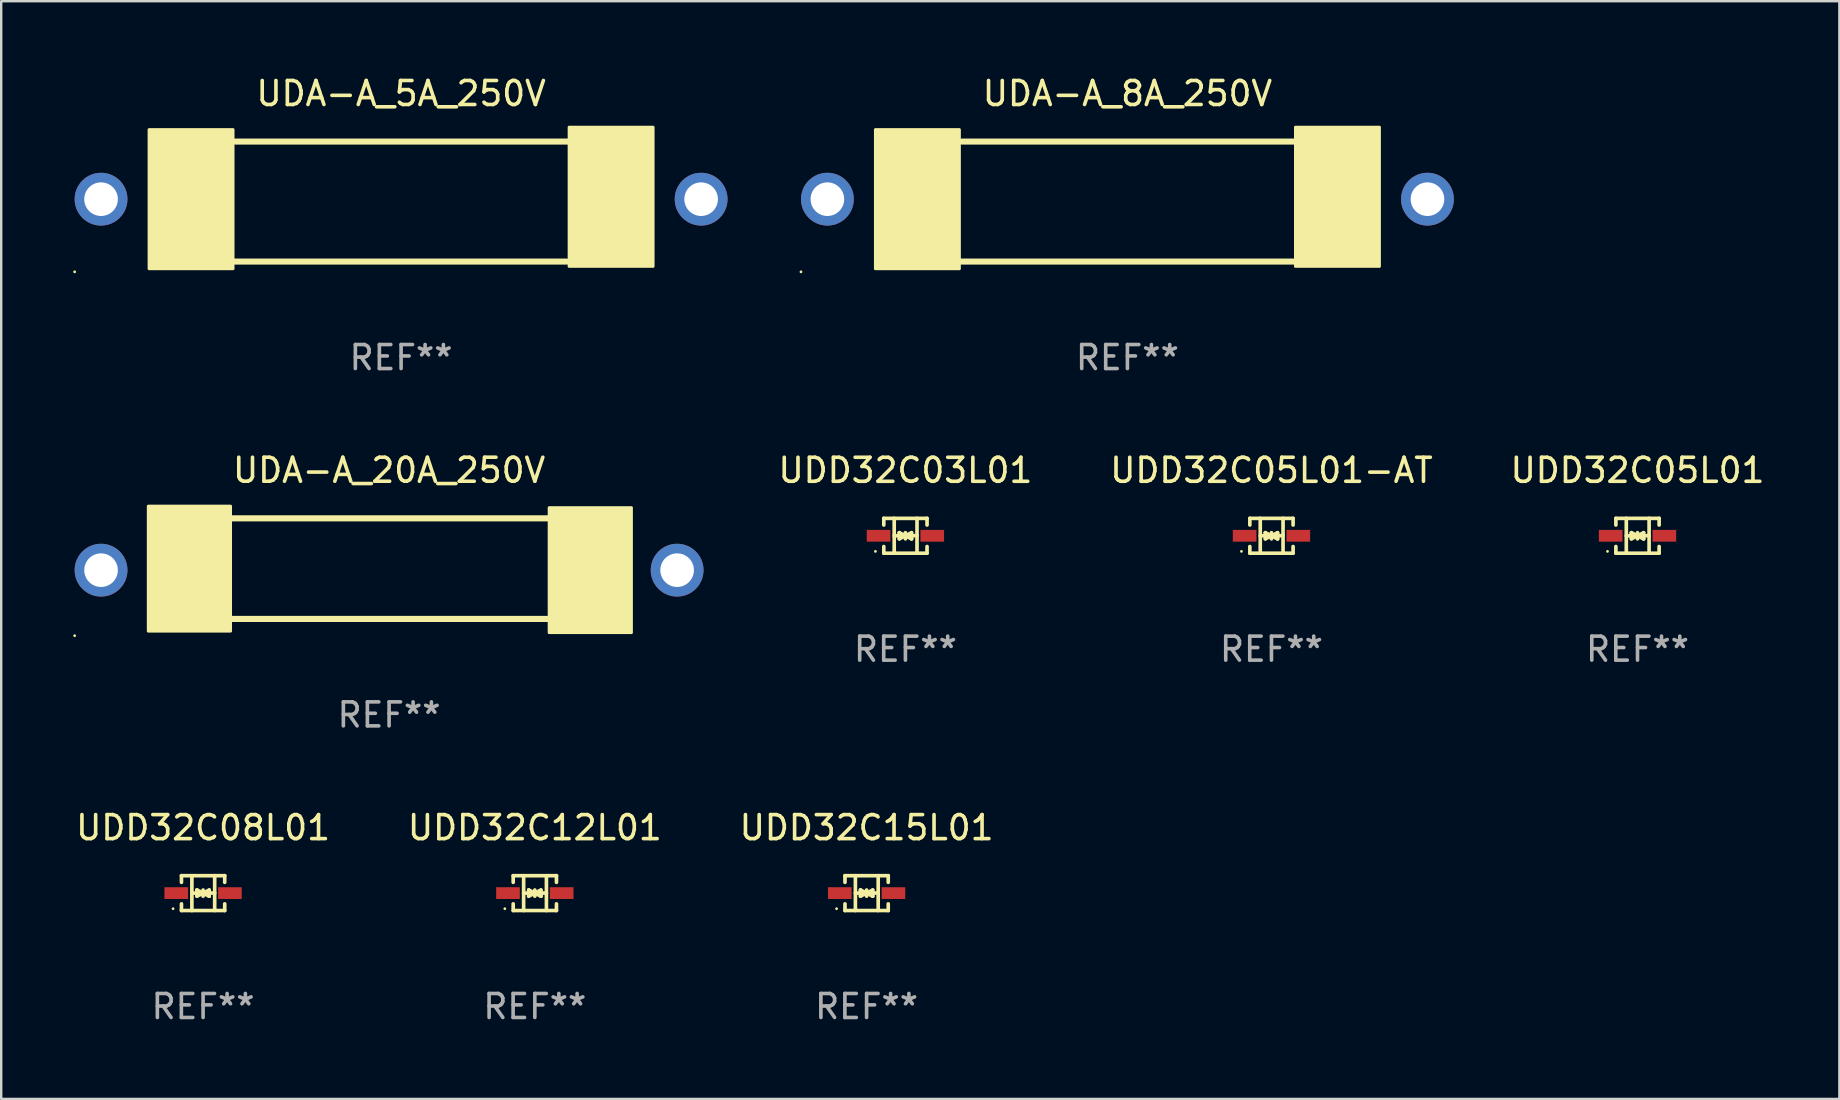
<source format=kicad_pcb>
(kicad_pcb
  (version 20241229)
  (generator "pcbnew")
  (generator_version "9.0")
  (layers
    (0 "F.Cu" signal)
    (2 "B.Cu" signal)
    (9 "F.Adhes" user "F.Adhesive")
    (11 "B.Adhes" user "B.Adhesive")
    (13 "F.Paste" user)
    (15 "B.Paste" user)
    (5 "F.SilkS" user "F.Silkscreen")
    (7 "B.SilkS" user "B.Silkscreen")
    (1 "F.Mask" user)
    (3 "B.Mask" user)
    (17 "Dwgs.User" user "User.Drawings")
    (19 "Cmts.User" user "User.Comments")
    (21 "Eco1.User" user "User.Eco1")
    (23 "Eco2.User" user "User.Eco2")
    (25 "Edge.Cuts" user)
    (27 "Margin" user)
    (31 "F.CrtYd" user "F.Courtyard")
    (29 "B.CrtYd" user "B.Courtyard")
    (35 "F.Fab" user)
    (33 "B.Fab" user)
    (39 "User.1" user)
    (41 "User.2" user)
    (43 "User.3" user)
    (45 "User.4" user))
  (footprint "UDD32C03L01"
    (layer "F.Cu")
    (at 34.671 19.271)
    (property "Reference" "UDD32C03L01" (at 0 -2.726 0) (layer "F.SilkS") (effects (font (size 1 1) (thickness 0.15))))
    (attr through_hole)
    (fp_line (start -0.901 -0.726) (end -0.901 -0.448) (stroke (width 0.152) (type solid)) (layer "F.SilkS"))
    (fp_line (start -0.901 0.726) (end -0.901 0.448) (stroke (width 0.152) (type solid)) (layer "F.SilkS"))
    (fp_line (start -0.467 0) (end 0.483 -0.003) (stroke (width 0.154) (type solid)) (layer "F.SilkS"))
    (fp_line (start -0.467 0.726) (end -0.467 -0.726) (stroke (width 0.152) (type solid)) (layer "F.SilkS"))
    (fp_line (start -0.254 -0.127) (end -0.254 -0.127) (stroke (width 0.154) (type solid)) (layer "F.SilkS"))
    (fp_line (start -0.254 -0.127) (end -0.002 -0.003) (stroke (width 0.154) (type solid)) (layer "F.SilkS"))
    (fp_line (start -0.254 0.127) (end -0.254 -0.127) (stroke (width 0.154) (type solid)) (layer "F.SilkS"))
    (fp_line (start -0.127 0) (end 0.003 0) (stroke (width 0.154) (type solid)) (layer "F.SilkS"))
    (fp_line (start -0.003 0) (end -0.254 0.127) (stroke (width 0.154) (type solid)) (layer "F.SilkS"))
    (fp_line (start 0 -0.127) (end 0 0.127) (stroke (width 0.154) (type solid)) (layer "F.SilkS"))
    (fp_line (start 0.003 0) (end 0.254 -0.127) (stroke (width 0.154) (type solid)) (layer "F.SilkS"))
    (fp_line (start 0.127 0) (end -0.003 0) (stroke (width 0.154) (type solid)) (layer "F.SilkS"))
    (fp_line (start 0.254 -0.127) (end 0.254 0.127) (stroke (width 0.154) (type solid)) (layer "F.SilkS"))
    (fp_line (start 0.254 0.127) (end 0.002 0.003) (stroke (width 0.154) (type solid)) (layer "F.SilkS"))
    (fp_line (start 0.254 0.127) (end 0.254 0.127) (stroke (width 0.154) (type solid)) (layer "F.SilkS"))
    (fp_line (start 0.483 0.726) (end 0.483 -0.726) (stroke (width 0.152) (type solid)) (layer "F.SilkS"))
    (fp_line (start 0.901 -0.726) (end -0.901 -0.726) (stroke (width 0.152) (type solid)) (layer "F.SilkS"))
    (fp_line (start 0.901 -0.726) (end 0.901 -0.448) (stroke (width 0.152) (type solid)) (layer "F.SilkS"))
    (fp_line (start 0.901 0.726) (end -0.901 0.726) (stroke (width 0.152) (type solid)) (layer "F.SilkS"))
    (fp_line (start 0.901 0.726) (end 0.901 0.448) (stroke (width 0.152) (type solid)) (layer "F.SilkS"))
    (fp_circle (center -1.25 0.65) (end -1.22 0.65) (stroke (width 0.06) (type solid)) (fill no) (layer "F.SilkS"))
    (fp_text user "REF**" (at 0 4.726 0) (layer "F.Fab") (effects (font (size 1 1) (thickness 0.15))))
    (pad "1" smd rect (at -1.118 0) (size 0.985 0.49) (layers "F.Cu" "F.Mask" "F.Paste"))
    (pad "2" smd rect (at 1.118 0) (size 0.985 0.49) (layers "F.Cu" "F.Mask" "F.Paste")))
  (footprint "UDA-A_8A_250V"
    (layer "F.Cu")
    (at 43.92 5.348)
    (property "Reference" "UDA-A_8A_250V" (at 0 -4.5 0) (layer "F.SilkS") (effects (font (size 1 1) (thickness 0.15))))
    (attr through_hole)
    (fp_line (start -7 2.5) (end 6.9 2.5) (stroke (width 0.254) (type solid)) (layer "F.SilkS"))
    (fp_line (start -6.9 -2.5) (end 7 -2.5) (stroke (width 0.254) (type solid)) (layer "F.SilkS"))
    (fp_circle (center -13.6 2.927) (end -13.57 2.927) (stroke (width 0.06) (type solid)) (fill no) (layer "F.SilkS"))
    (fp_poly (pts (xy -10.5 -3) (xy -7 -3) (xy -7 2.8) (xy -10.5 2.8)) (stroke (width 0.12) (type solid)) (fill yes) (layer "F.SilkS"))
    (fp_poly (pts (xy 7 -3.1) (xy 10.5 -3.1) (xy 10.5 2.7) (xy 7 2.7)) (stroke (width 0.12) (type solid)) (fill yes) (layer "F.SilkS"))
    (fp_text user "REF**" (at 0 6.5 0) (layer "F.Fab") (effects (font (size 1 1) (thickness 0.15))))
    (pad "1" thru_hole circle (at -12.5 -0.1) (size 2.2 2.2) (drill 1.4) (layers "*.Cu" "*.Mask"))
    (pad "2" thru_hole circle (at 12.5 -0.1) (size 2.2 2.2) (drill 1.4) (layers "*.Cu" "*.Mask")))
  (footprint "UDD32C15L01"
    (layer "F.Cu")
    (at 33.054 34.158)
    (property "Reference" "UDD32C15L01" (at 0 -2.726 0) (layer "F.SilkS") (effects (font (size 1 1) (thickness 0.15))))
    (attr through_hole)
    (fp_line (start -0.901 -0.726) (end -0.901 -0.448) (stroke (width 0.152) (type solid)) (layer "F.SilkS"))
    (fp_line (start -0.901 0.726) (end -0.901 0.448) (stroke (width 0.152) (type solid)) (layer "F.SilkS"))
    (fp_line (start -0.467 0) (end 0.483 -0.003) (stroke (width 0.154) (type solid)) (layer "F.SilkS"))
    (fp_line (start -0.467 0.726) (end -0.467 -0.726) (stroke (width 0.152) (type solid)) (layer "F.SilkS"))
    (fp_line (start -0.254 -0.127) (end -0.254 -0.127) (stroke (width 0.154) (type solid)) (layer "F.SilkS"))
    (fp_line (start -0.254 -0.127) (end -0.002 -0.003) (stroke (width 0.154) (type solid)) (layer "F.SilkS"))
    (fp_line (start -0.254 0.127) (end -0.254 -0.127) (stroke (width 0.154) (type solid)) (layer "F.SilkS"))
    (fp_line (start -0.127 0) (end 0.003 0) (stroke (width 0.154) (type solid)) (layer "F.SilkS"))
    (fp_line (start -0.003 0) (end -0.254 0.127) (stroke (width 0.154) (type solid)) (layer "F.SilkS"))
    (fp_line (start 0 -0.127) (end 0 0.127) (stroke (width 0.154) (type solid)) (layer "F.SilkS"))
    (fp_line (start 0.003 0) (end 0.254 -0.127) (stroke (width 0.154) (type solid)) (layer "F.SilkS"))
    (fp_line (start 0.127 0) (end -0.003 0) (stroke (width 0.154) (type solid)) (layer "F.SilkS"))
    (fp_line (start 0.254 -0.127) (end 0.254 0.127) (stroke (width 0.154) (type solid)) (layer "F.SilkS"))
    (fp_line (start 0.254 0.127) (end 0.002 0.003) (stroke (width 0.154) (type solid)) (layer "F.SilkS"))
    (fp_line (start 0.254 0.127) (end 0.254 0.127) (stroke (width 0.154) (type solid)) (layer "F.SilkS"))
    (fp_line (start 0.483 0.726) (end 0.483 -0.726) (stroke (width 0.152) (type solid)) (layer "F.SilkS"))
    (fp_line (start 0.901 -0.726) (end -0.901 -0.726) (stroke (width 0.152) (type solid)) (layer "F.SilkS"))
    (fp_line (start 0.901 -0.726) (end 0.901 -0.448) (stroke (width 0.152) (type solid)) (layer "F.SilkS"))
    (fp_line (start 0.901 0.726) (end -0.901 0.726) (stroke (width 0.152) (type solid)) (layer "F.SilkS"))
    (fp_line (start 0.901 0.726) (end 0.901 0.448) (stroke (width 0.152) (type solid)) (layer "F.SilkS"))
    (fp_circle (center -1.25 0.65) (end -1.22 0.65) (stroke (width 0.06) (type solid)) (fill no) (layer "F.SilkS"))
    (fp_text user "REF**" (at 0 4.726 0) (layer "F.Fab") (effects (font (size 1 1) (thickness 0.15))))
    (pad "1" smd rect (at -1.118 0) (size 0.985 0.49) (layers "F.Cu" "F.Mask" "F.Paste"))
    (pad "2" smd rect (at 1.118 0) (size 0.985 0.49) (layers "F.Cu" "F.Mask" "F.Paste")))
  (footprint "UDD32C12L01"
    (layer "F.Cu")
    (at 19.232 34.158)
    (property "Reference" "UDD32C12L01" (at 0 -2.726 0) (layer "F.SilkS") (effects (font (size 1 1) (thickness 0.15))))
    (attr through_hole)
    (fp_line (start -0.901 -0.726) (end -0.901 -0.448) (stroke (width 0.152) (type solid)) (layer "F.SilkS"))
    (fp_line (start -0.901 0.726) (end -0.901 0.448) (stroke (width 0.152) (type solid)) (layer "F.SilkS"))
    (fp_line (start -0.467 0) (end 0.483 -0.003) (stroke (width 0.154) (type solid)) (layer "F.SilkS"))
    (fp_line (start -0.467 0.726) (end -0.467 -0.726) (stroke (width 0.152) (type solid)) (layer "F.SilkS"))
    (fp_line (start -0.254 -0.127) (end -0.254 -0.127) (stroke (width 0.154) (type solid)) (layer "F.SilkS"))
    (fp_line (start -0.254 -0.127) (end -0.002 -0.003) (stroke (width 0.154) (type solid)) (layer "F.SilkS"))
    (fp_line (start -0.254 0.127) (end -0.254 -0.127) (stroke (width 0.154) (type solid)) (layer "F.SilkS"))
    (fp_line (start -0.127 0) (end 0.003 0) (stroke (width 0.154) (type solid)) (layer "F.SilkS"))
    (fp_line (start -0.003 0) (end -0.254 0.127) (stroke (width 0.154) (type solid)) (layer "F.SilkS"))
    (fp_line (start 0 -0.127) (end 0 0.127) (stroke (width 0.154) (type solid)) (layer "F.SilkS"))
    (fp_line (start 0.003 0) (end 0.254 -0.127) (stroke (width 0.154) (type solid)) (layer "F.SilkS"))
    (fp_line (start 0.127 0) (end -0.003 0) (stroke (width 0.154) (type solid)) (layer "F.SilkS"))
    (fp_line (start 0.254 -0.127) (end 0.254 0.127) (stroke (width 0.154) (type solid)) (layer "F.SilkS"))
    (fp_line (start 0.254 0.127) (end 0.002 0.003) (stroke (width 0.154) (type solid)) (layer "F.SilkS"))
    (fp_line (start 0.254 0.127) (end 0.254 0.127) (stroke (width 0.154) (type solid)) (layer "F.SilkS"))
    (fp_line (start 0.483 0.726) (end 0.483 -0.726) (stroke (width 0.152) (type solid)) (layer "F.SilkS"))
    (fp_line (start 0.901 -0.726) (end -0.901 -0.726) (stroke (width 0.152) (type solid)) (layer "F.SilkS"))
    (fp_line (start 0.901 -0.726) (end 0.901 -0.448) (stroke (width 0.152) (type solid)) (layer "F.SilkS"))
    (fp_line (start 0.901 0.726) (end -0.901 0.726) (stroke (width 0.152) (type solid)) (layer "F.SilkS"))
    (fp_line (start 0.901 0.726) (end 0.901 0.448) (stroke (width 0.152) (type solid)) (layer "F.SilkS"))
    (fp_circle (center -1.25 0.65) (end -1.22 0.65) (stroke (width 0.06) (type solid)) (fill no) (layer "F.SilkS"))
    (fp_text user "REF**" (at 0 4.726 0) (layer "F.Fab") (effects (font (size 1 1) (thickness 0.15))))
    (pad "1" smd rect (at -1.118 0) (size 0.985 0.49) (layers "F.Cu" "F.Mask" "F.Paste"))
    (pad "2" smd rect (at 1.118 0) (size 0.985 0.49) (layers "F.Cu" "F.Mask" "F.Paste")))
  (footprint "UDA-A_5A_250V"
    (layer "F.Cu")
    (at 13.66 5.348)
    (property "Reference" "UDA-A_5A_250V" (at 0 -4.5 0) (layer "F.SilkS") (effects (font (size 1 1) (thickness 0.15))))
    (attr through_hole)
    (fp_line (start -7 2.5) (end 6.9 2.5) (stroke (width 0.254) (type solid)) (layer "F.SilkS"))
    (fp_line (start -6.9 -2.5) (end 7 -2.5) (stroke (width 0.254) (type solid)) (layer "F.SilkS"))
    (fp_circle (center -13.6 2.927) (end -13.57 2.927) (stroke (width 0.06) (type solid)) (fill no) (layer "F.SilkS"))
    (fp_poly (pts (xy -10.5 -3) (xy -7 -3) (xy -7 2.8) (xy -10.5 2.8)) (stroke (width 0.12) (type solid)) (fill yes) (layer "F.SilkS"))
    (fp_poly (pts (xy 7 -3.1) (xy 10.5 -3.1) (xy 10.5 2.7) (xy 7 2.7)) (stroke (width 0.12) (type solid)) (fill yes) (layer "F.SilkS"))
    (fp_text user "REF**" (at 0 6.5 0) (layer "F.Fab") (effects (font (size 1 1) (thickness 0.15))))
    (pad "1" thru_hole circle (at -12.5 -0.1) (size 2.2 2.2) (drill 1.4) (layers "*.Cu" "*.Mask"))
    (pad "2" thru_hole circle (at 12.5 -0.1) (size 2.2 2.2) (drill 1.4) (layers "*.Cu" "*.Mask")))
  (footprint "UDD32C05L01"
    (layer "F.Cu")
    (at 65.171 19.271)
    (property "Reference" "UDD32C05L01" (at 0 -2.726 0) (layer "F.SilkS") (effects (font (size 1 1) (thickness 0.15))))
    (attr through_hole)
    (fp_line (start -0.901 -0.726) (end -0.901 -0.448) (stroke (width 0.152) (type solid)) (layer "F.SilkS"))
    (fp_line (start -0.901 0.726) (end -0.901 0.448) (stroke (width 0.152) (type solid)) (layer "F.SilkS"))
    (fp_line (start -0.467 0) (end 0.483 -0.003) (stroke (width 0.154) (type solid)) (layer "F.SilkS"))
    (fp_line (start -0.467 0.726) (end -0.467 -0.726) (stroke (width 0.152) (type solid)) (layer "F.SilkS"))
    (fp_line (start -0.254 -0.127) (end -0.254 -0.127) (stroke (width 0.154) (type solid)) (layer "F.SilkS"))
    (fp_line (start -0.254 -0.127) (end -0.002 -0.003) (stroke (width 0.154) (type solid)) (layer "F.SilkS"))
    (fp_line (start -0.254 0.127) (end -0.254 -0.127) (stroke (width 0.154) (type solid)) (layer "F.SilkS"))
    (fp_line (start -0.127 0) (end 0.003 0) (stroke (width 0.154) (type solid)) (layer "F.SilkS"))
    (fp_line (start -0.003 0) (end -0.254 0.127) (stroke (width 0.154) (type solid)) (layer "F.SilkS"))
    (fp_line (start 0 -0.127) (end 0 0.127) (stroke (width 0.154) (type solid)) (layer "F.SilkS"))
    (fp_line (start 0.003 0) (end 0.254 -0.127) (stroke (width 0.154) (type solid)) (layer "F.SilkS"))
    (fp_line (start 0.127 0) (end -0.003 0) (stroke (width 0.154) (type solid)) (layer "F.SilkS"))
    (fp_line (start 0.254 -0.127) (end 0.254 0.127) (stroke (width 0.154) (type solid)) (layer "F.SilkS"))
    (fp_line (start 0.254 0.127) (end 0.002 0.003) (stroke (width 0.154) (type solid)) (layer "F.SilkS"))
    (fp_line (start 0.254 0.127) (end 0.254 0.127) (stroke (width 0.154) (type solid)) (layer "F.SilkS"))
    (fp_line (start 0.483 0.726) (end 0.483 -0.726) (stroke (width 0.152) (type solid)) (layer "F.SilkS"))
    (fp_line (start 0.901 -0.726) (end -0.901 -0.726) (stroke (width 0.152) (type solid)) (layer "F.SilkS"))
    (fp_line (start 0.901 -0.726) (end 0.901 -0.448) (stroke (width 0.152) (type solid)) (layer "F.SilkS"))
    (fp_line (start 0.901 0.726) (end -0.901 0.726) (stroke (width 0.152) (type solid)) (layer "F.SilkS"))
    (fp_line (start 0.901 0.726) (end 0.901 0.448) (stroke (width 0.152) (type solid)) (layer "F.SilkS"))
    (fp_circle (center -1.25 0.65) (end -1.22 0.65) (stroke (width 0.06) (type solid)) (fill no) (layer "F.SilkS"))
    (fp_text user "REF**" (at 0 4.726 0) (layer "F.Fab") (effects (font (size 1 1) (thickness 0.15))))
    (pad "1" smd rect (at -1.118 0) (size 0.985 0.49) (layers "F.Cu" "F.Mask" "F.Paste"))
    (pad "2" smd rect (at 1.118 0) (size 0.985 0.49) (layers "F.Cu" "F.Mask" "F.Paste")))
  (footprint "UDD32C05L01-AT"
    (layer "F.Cu")
    (at 49.921 19.271)
    (property "Reference" "UDD32C05L01-AT" (at 0 -2.726 0) (layer "F.SilkS") (effects (font (size 1 1) (thickness 0.15))))
    (attr through_hole)
    (fp_line (start -0.901 -0.726) (end -0.901 -0.448) (stroke (width 0.152) (type solid)) (layer "F.SilkS"))
    (fp_line (start -0.901 0.726) (end -0.901 0.448) (stroke (width 0.152) (type solid)) (layer "F.SilkS"))
    (fp_line (start -0.467 0) (end 0.483 -0.003) (stroke (width 0.154) (type solid)) (layer "F.SilkS"))
    (fp_line (start -0.467 0.726) (end -0.467 -0.726) (stroke (width 0.152) (type solid)) (layer "F.SilkS"))
    (fp_line (start -0.254 -0.127) (end -0.254 -0.127) (stroke (width 0.154) (type solid)) (layer "F.SilkS"))
    (fp_line (start -0.254 -0.127) (end -0.002 -0.003) (stroke (width 0.154) (type solid)) (layer "F.SilkS"))
    (fp_line (start -0.254 0.127) (end -0.254 -0.127) (stroke (width 0.154) (type solid)) (layer "F.SilkS"))
    (fp_line (start -0.127 0) (end 0.003 0) (stroke (width 0.154) (type solid)) (layer "F.SilkS"))
    (fp_line (start -0.003 0) (end -0.254 0.127) (stroke (width 0.154) (type solid)) (layer "F.SilkS"))
    (fp_line (start 0 -0.127) (end 0 0.127) (stroke (width 0.154) (type solid)) (layer "F.SilkS"))
    (fp_line (start 0.003 0) (end 0.254 -0.127) (stroke (width 0.154) (type solid)) (layer "F.SilkS"))
    (fp_line (start 0.127 0) (end -0.003 0) (stroke (width 0.154) (type solid)) (layer "F.SilkS"))
    (fp_line (start 0.254 -0.127) (end 0.254 0.127) (stroke (width 0.154) (type solid)) (layer "F.SilkS"))
    (fp_line (start 0.254 0.127) (end 0.002 0.003) (stroke (width 0.154) (type solid)) (layer "F.SilkS"))
    (fp_line (start 0.254 0.127) (end 0.254 0.127) (stroke (width 0.154) (type solid)) (layer "F.SilkS"))
    (fp_line (start 0.483 0.726) (end 0.483 -0.726) (stroke (width 0.152) (type solid)) (layer "F.SilkS"))
    (fp_line (start 0.901 -0.726) (end -0.901 -0.726) (stroke (width 0.152) (type solid)) (layer "F.SilkS"))
    (fp_line (start 0.901 -0.726) (end 0.901 -0.448) (stroke (width 0.152) (type solid)) (layer "F.SilkS"))
    (fp_line (start 0.901 0.726) (end -0.901 0.726) (stroke (width 0.152) (type solid)) (layer "F.SilkS"))
    (fp_line (start 0.901 0.726) (end 0.901 0.448) (stroke (width 0.152) (type solid)) (layer "F.SilkS"))
    (fp_circle (center -1.25 0.65) (end -1.22 0.65) (stroke (width 0.06) (type solid)) (fill no) (layer "F.SilkS"))
    (fp_text user "REF**" (at 0 4.726 0) (layer "F.Fab") (effects (font (size 1 1) (thickness 0.15))))
    (pad "1" smd rect (at -1.118 0) (size 0.985 0.49) (layers "F.Cu" "F.Mask" "F.Paste"))
    (pad "2" smd rect (at 1.118 0) (size 0.985 0.49) (layers "F.Cu" "F.Mask" "F.Paste")))
  (footprint "UDD32C08L01"
    (layer "F.Cu")
    (at 5.411 34.158)
    (property "Reference" "UDD32C08L01" (at 0 -2.726 0) (layer "F.SilkS") (effects (font (size 1 1) (thickness 0.15))))
    (attr through_hole)
    (fp_line (start -0.901 -0.726) (end -0.901 -0.448) (stroke (width 0.152) (type solid)) (layer "F.SilkS"))
    (fp_line (start -0.901 0.726) (end -0.901 0.448) (stroke (width 0.152) (type solid)) (layer "F.SilkS"))
    (fp_line (start -0.467 0) (end 0.483 -0.003) (stroke (width 0.154) (type solid)) (layer "F.SilkS"))
    (fp_line (start -0.467 0.726) (end -0.467 -0.726) (stroke (width 0.152) (type solid)) (layer "F.SilkS"))
    (fp_line (start -0.254 -0.127) (end -0.254 -0.127) (stroke (width 0.154) (type solid)) (layer "F.SilkS"))
    (fp_line (start -0.254 -0.127) (end -0.002 -0.003) (stroke (width 0.154) (type solid)) (layer "F.SilkS"))
    (fp_line (start -0.254 0.127) (end -0.254 -0.127) (stroke (width 0.154) (type solid)) (layer "F.SilkS"))
    (fp_line (start -0.127 0) (end 0.003 0) (stroke (width 0.154) (type solid)) (layer "F.SilkS"))
    (fp_line (start -0.003 0) (end -0.254 0.127) (stroke (width 0.154) (type solid)) (layer "F.SilkS"))
    (fp_line (start 0 -0.127) (end 0 0.127) (stroke (width 0.154) (type solid)) (layer "F.SilkS"))
    (fp_line (start 0.003 0) (end 0.254 -0.127) (stroke (width 0.154) (type solid)) (layer "F.SilkS"))
    (fp_line (start 0.127 0) (end -0.003 0) (stroke (width 0.154) (type solid)) (layer "F.SilkS"))
    (fp_line (start 0.254 -0.127) (end 0.254 0.127) (stroke (width 0.154) (type solid)) (layer "F.SilkS"))
    (fp_line (start 0.254 0.127) (end 0.002 0.003) (stroke (width 0.154) (type solid)) (layer "F.SilkS"))
    (fp_line (start 0.254 0.127) (end 0.254 0.127) (stroke (width 0.154) (type solid)) (layer "F.SilkS"))
    (fp_line (start 0.483 0.726) (end 0.483 -0.726) (stroke (width 0.152) (type solid)) (layer "F.SilkS"))
    (fp_line (start 0.901 -0.726) (end -0.901 -0.726) (stroke (width 0.152) (type solid)) (layer "F.SilkS"))
    (fp_line (start 0.901 -0.726) (end 0.901 -0.448) (stroke (width 0.152) (type solid)) (layer "F.SilkS"))
    (fp_line (start 0.901 0.726) (end -0.901 0.726) (stroke (width 0.152) (type solid)) (layer "F.SilkS"))
    (fp_line (start 0.901 0.726) (end 0.901 0.448) (stroke (width 0.152) (type solid)) (layer "F.SilkS"))
    (fp_circle (center -1.25 0.65) (end -1.22 0.65) (stroke (width 0.06) (type solid)) (fill no) (layer "F.SilkS"))
    (fp_text user "REF**" (at 0 4.726 0) (layer "F.Fab") (effects (font (size 1 1) (thickness 0.15))))
    (pad "1" smd rect (at -1.118 0) (size 0.985 0.49) (layers "F.Cu" "F.Mask" "F.Paste"))
    (pad "2" smd rect (at 1.118 0) (size 0.985 0.49) (layers "F.Cu" "F.Mask" "F.Paste")))
  (footprint "UDA-A_20A_250V"
    (layer "F.Cu")
    (at 13.16 20.64)
    (property "Reference" "UDA-A_20A_250V" (at 0 -4.096 0) (layer "F.SilkS") (effects (font (size 1 1) (thickness 0.15))))
    (attr through_hole)
    (fp_line (start -6.604 -2.096) (end 6.604 -2.096) (stroke (width 0.254) (type solid)) (layer "F.SilkS"))
    (fp_line (start -6.604 2.096) (end 6.604 2.096) (stroke (width 0.254) (type solid)) (layer "F.SilkS"))
    (fp_circle (center -13.1 2.794) (end -13.07 2.794) (stroke (width 0.06) (type solid)) (fill no) (layer "F.SilkS"))
    (fp_poly (pts (xy -10.033 -2.604) (xy -6.604 -2.604) (xy -6.604 2.604) (xy -10.033 2.604)) (stroke (width 0.12) (type solid)) (fill yes) (layer "F.SilkS"))
    (fp_poly (pts (xy 6.668 -2.54) (xy 10.097 -2.54) (xy 10.097 2.667) (xy 6.668 2.667)) (stroke (width 0.12) (type solid)) (fill yes) (layer "F.SilkS"))
    (fp_text user "REF**" (at 0 6.096 0) (layer "F.Fab") (effects (font (size 1 1) (thickness 0.15))))
    (pad "1" thru_hole circle (at -12 0.064) (size 2.2 2.2) (drill 1.4) (layers "*.Cu" "*.Mask"))
    (pad "2" thru_hole circle (at 12 0.064) (size 2.2 2.2) (drill 1.4) (layers "*.Cu" "*.Mask")))
  (gr_rect
    (start -3 -3)
    (end 73.581 42.733)
    (stroke (width 0.1) (type default))
    (fill no)
    (layer "Edge.Cuts")))
</source>
